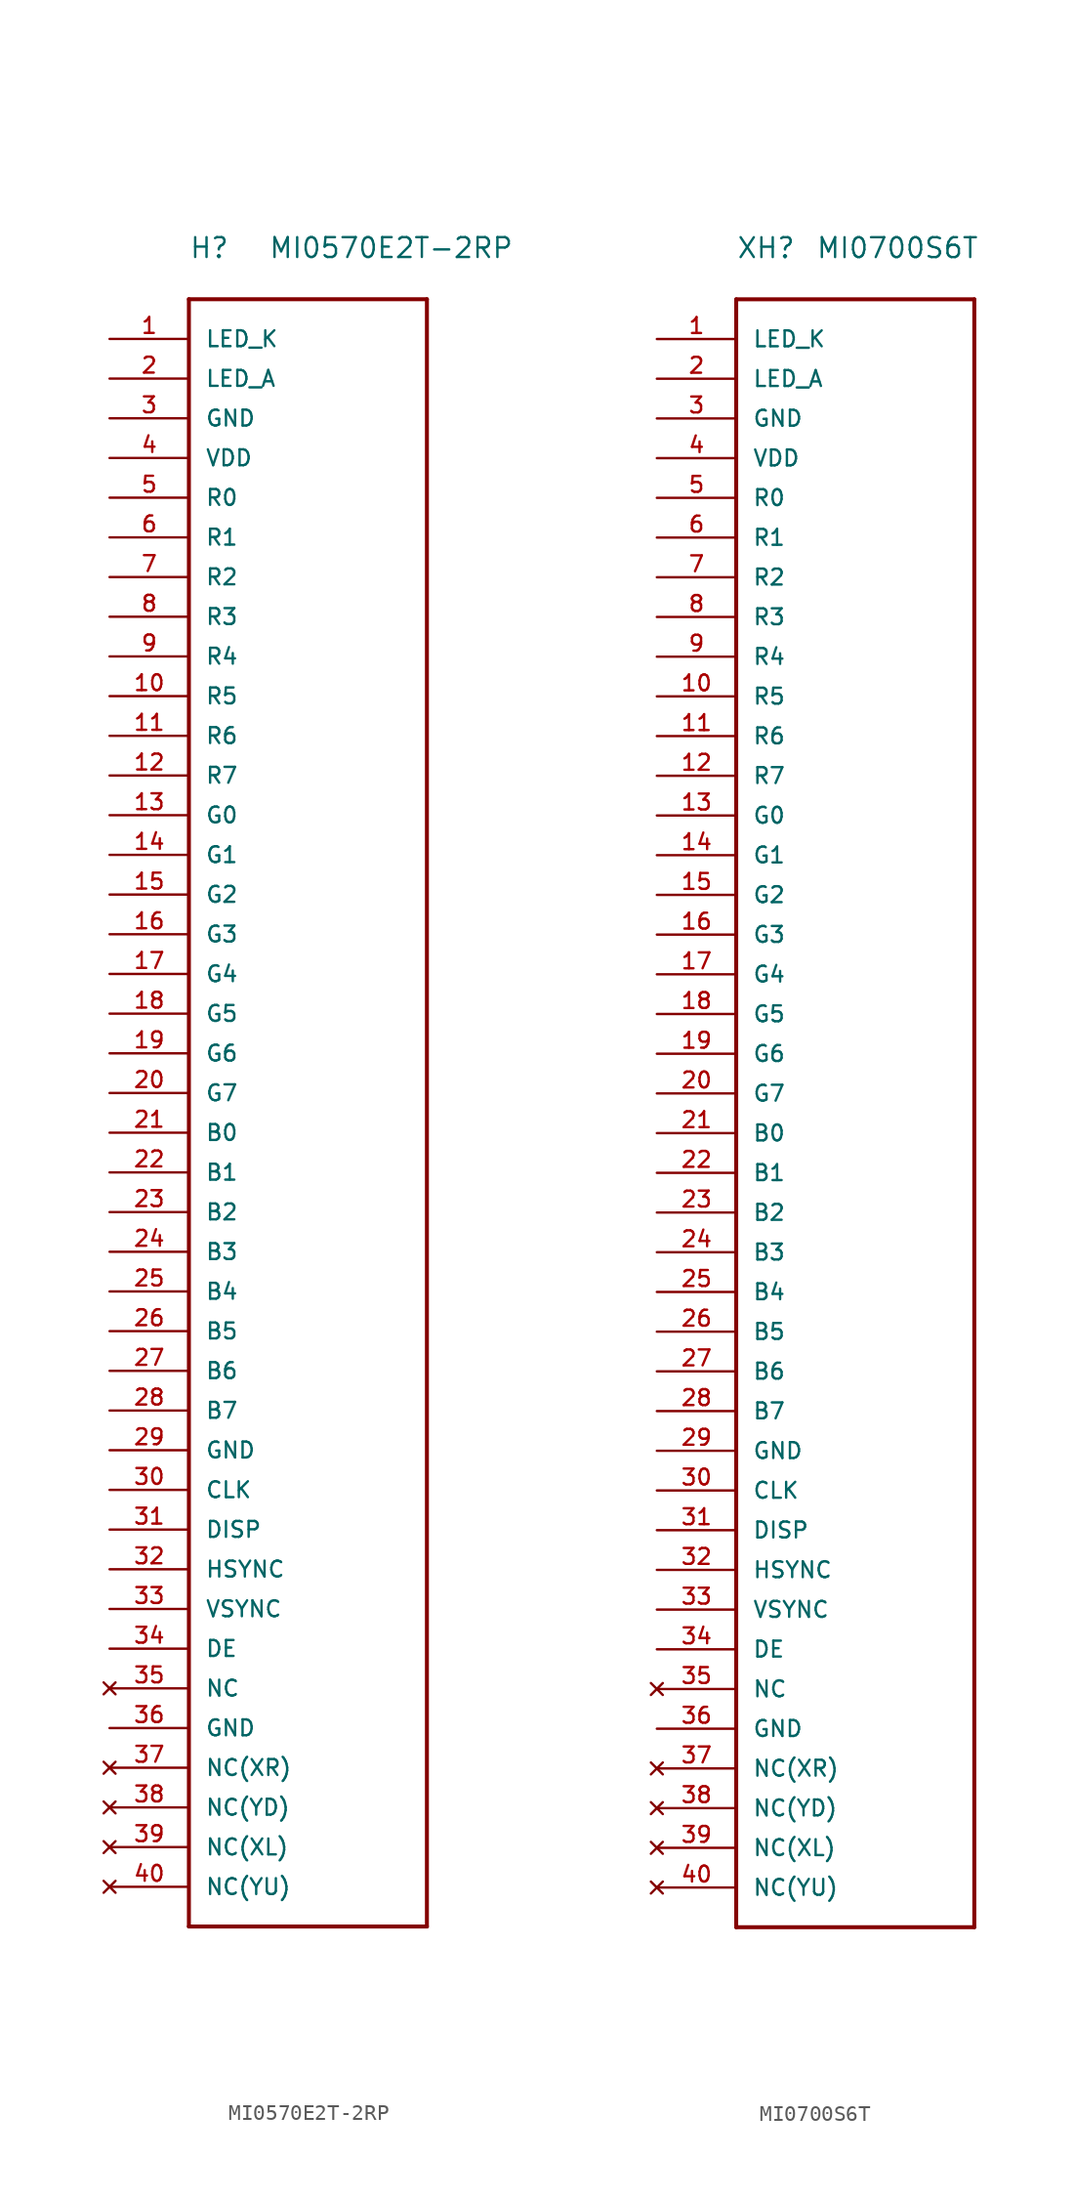
<source format=kicad_sym>
(kicad_symbol_lib
  (version 20220914)
  (generator kicad_symbol_editor)
  (symbol "MI0570E2T-2RP"
    (pin_names
      (offset 1.016))
    (property "Reference" "H"
      (at 0 2.54 0)
      (effects (font (size 1.27 1.27)) (justify left bottom)))
    (property "Value" "MI0570E2T-2RP"
      (at 5.08 2.54 0)
      (effects (font (size 1.27 1.27)) (justify left bottom)))
    (symbol "MI0570E2T-2RP_1_0"
      (polyline (pts (xy 0 -104.14) (xy 0 0)) (stroke (width 0.254) (type solid)) (fill (type none)))
      (polyline (pts (xy 0 0) (xy 15.24 0)) (stroke (width 0.254) (type solid)) (fill (type none)))
      (polyline (pts (xy 15.24 -104.14) (xy 0 -104.14)) (stroke (width 0.254) (type solid)) (fill (type none)))
      (polyline (pts (xy 15.24 0) (xy 15.24 -104.14)) (stroke (width 0.254) (type solid)) (fill (type none)))
      (pin power_in line (at -5.08 -2.54 0) (length 5.08) (name "LED_K" (effects (font (size 1.016 1.016)))) (number "1" (effects (font (size 1.016 1.016)))))
      (pin input line (at -5.08 -25.4 0) (length 5.08) (name "R5" (effects (font (size 1.016 1.016)))) (number "10" (effects (font (size 1.016 1.016)))))
      (pin input line (at -5.08 -27.94 0) (length 5.08) (name "R6" (effects (font (size 1.016 1.016)))) (number "11" (effects (font (size 1.016 1.016)))))
      (pin input line (at -5.08 -30.48 0) (length 5.08) (name "R7" (effects (font (size 1.016 1.016)))) (number "12" (effects (font (size 1.016 1.016)))))
      (pin input line (at -5.08 -33.02 0) (length 5.08) (name "G0" (effects (font (size 1.016 1.016)))) (number "13" (effects (font (size 1.016 1.016)))))
      (pin input line (at -5.08 -35.56 0) (length 5.08) (name "G1" (effects (font (size 1.016 1.016)))) (number "14" (effects (font (size 1.016 1.016)))))
      (pin input line (at -5.08 -38.1 0) (length 5.08) (name "G2" (effects (font (size 1.016 1.016)))) (number "15" (effects (font (size 1.016 1.016)))))
      (pin input line (at -5.08 -40.64 0) (length 5.08) (name "G3" (effects (font (size 1.016 1.016)))) (number "16" (effects (font (size 1.016 1.016)))))
      (pin input line (at -5.08 -43.18 0) (length 5.08) (name "G4" (effects (font (size 1.016 1.016)))) (number "17" (effects (font (size 1.016 1.016)))))
      (pin input line (at -5.08 -45.72 0) (length 5.08) (name "G5" (effects (font (size 1.016 1.016)))) (number "18" (effects (font (size 1.016 1.016)))))
      (pin input line (at -5.08 -48.26 0) (length 5.08) (name "G6" (effects (font (size 1.016 1.016)))) (number "19" (effects (font (size 1.016 1.016)))))
      (pin power_in line (at -5.08 -5.08 0) (length 5.08) (name "LED_A" (effects (font (size 1.016 1.016)))) (number "2" (effects (font (size 1.016 1.016)))))
      (pin input line (at -5.08 -50.8 0) (length 5.08) (name "G7" (effects (font (size 1.016 1.016)))) (number "20" (effects (font (size 1.016 1.016)))))
      (pin input line (at -5.08 -53.34 0) (length 5.08) (name "B0" (effects (font (size 1.016 1.016)))) (number "21" (effects (font (size 1.016 1.016)))))
      (pin input line (at -5.08 -55.88 0) (length 5.08) (name "B1" (effects (font (size 1.016 1.016)))) (number "22" (effects (font (size 1.016 1.016)))))
      (pin input line (at -5.08 -58.42 0) (length 5.08) (name "B2" (effects (font (size 1.016 1.016)))) (number "23" (effects (font (size 1.016 1.016)))))
      (pin input line (at -5.08 -60.96 0) (length 5.08) (name "B3" (effects (font (size 1.016 1.016)))) (number "24" (effects (font (size 1.016 1.016)))))
      (pin input line (at -5.08 -63.5 0) (length 5.08) (name "B4" (effects (font (size 1.016 1.016)))) (number "25" (effects (font (size 1.016 1.016)))))
      (pin input line (at -5.08 -66.04 0) (length 5.08) (name "B5" (effects (font (size 1.016 1.016)))) (number "26" (effects (font (size 1.016 1.016)))))
      (pin input line (at -5.08 -68.58 0) (length 5.08) (name "B6" (effects (font (size 1.016 1.016)))) (number "27" (effects (font (size 1.016 1.016)))))
      (pin input line (at -5.08 -71.12 0) (length 5.08) (name "B7" (effects (font (size 1.016 1.016)))) (number "28" (effects (font (size 1.016 1.016)))))
      (pin power_in line (at -5.08 -73.66 0) (length 5.08) (name "GND" (effects (font (size 1.016 1.016)))) (number "29" (effects (font (size 1.016 1.016)))))
      (pin power_in line (at -5.08 -7.62 0) (length 5.08) (name "GND" (effects (font (size 1.016 1.016)))) (number "3" (effects (font (size 1.016 1.016)))))
      (pin input line (at -5.08 -76.2 0) (length 5.08) (name "CLK" (effects (font (size 1.016 1.016)))) (number "30" (effects (font (size 1.016 1.016)))))
      (pin input line (at -5.08 -78.74 0) (length 5.08) (name "DISP" (effects (font (size 1.016 1.016)))) (number "31" (effects (font (size 1.016 1.016)))))
      (pin input line (at -5.08 -81.28 0) (length 5.08) (name "HSYNC" (effects (font (size 1.016 1.016)))) (number "32" (effects (font (size 1.016 1.016)))))
      (pin power_in line (at -5.08 -10.16 0) (length 5.08) (name "VDD" (effects (font (size 1.016 1.016)))) (number "4" (effects (font (size 1.016 1.016)))))
      (pin input line (at -5.08 -12.7 0) (length 5.08) (name "R0" (effects (font (size 1.016 1.016)))) (number "5" (effects (font (size 1.016 1.016)))))
      (pin input line (at -5.08 -15.24 0) (length 5.08) (name "R1" (effects (font (size 1.016 1.016)))) (number "6" (effects (font (size 1.016 1.016)))))
      (pin input line (at -5.08 -17.78 0) (length 5.08) (name "R2" (effects (font (size 1.016 1.016)))) (number "7" (effects (font (size 1.016 1.016)))))
      (pin input line (at -5.08 -20.32 0) (length 5.08) (name "R3" (effects (font (size 1.016 1.016)))) (number "8" (effects (font (size 1.016 1.016)))))
      (pin input line (at -5.08 -22.86 0) (length 5.08) (name "R4" (effects (font (size 1.016 1.016)))) (number "9" (effects (font (size 1.016 1.016))))))
    (symbol "MI0570E2T-2RP_1_1"
      (pin input line (at -5.08 -83.82 0) (length 5.08) (name "VSYNC" (effects (font (size 1.016 1.016)))) (number "33" (effects (font (size 1.016 1.016)))))
      (pin input line (at -5.08 -86.36 0) (length 5.08) (name "DE" (effects (font (size 1.016 1.016)))) (number "34" (effects (font (size 1.016 1.016)))))
      (pin no_connect line (at -5.08 -88.9 0) (length 5.08) (name "NC" (effects (font (size 1.016 1.016)))) (number "35" (effects (font (size 1.016 1.016)))))
      (pin power_in line (at -5.08 -91.44 0) (length 5.08) (name "GND" (effects (font (size 1.016 1.016)))) (number "36" (effects (font (size 1.016 1.016)))))
      (pin no_connect line (at -5.08 -93.98 0) (length 5.08) (name "NC(XR)" (effects (font (size 1.016 1.016)))) (number "37" (effects (font (size 1.016 1.016)))))
      (pin no_connect line (at -5.08 -96.52 0) (length 5.08) (name "NC(YD)" (effects (font (size 1.016 1.016)))) (number "38" (effects (font (size 1.016 1.016)))))
      (pin no_connect line (at -5.08 -99.06 0) (length 5.08) (name "NC(XL)" (effects (font (size 1.016 1.016)))) (number "39" (effects (font (size 1.016 1.016)))))
      (pin no_connect line (at -5.08 -101.6 0) (length 5.08) (name "NC(YU)" (effects (font (size 1.016 1.016)))) (number "40" (effects (font (size 1.016 1.016)))))))
  (symbol "MI0700S6T"
    (pin_names
      (offset 1.016))
    (property "Reference" "XH"
      (at 0 2.54 0)
      (effects (font (size 1.27 1.27)) (justify left bottom)))
    (property "Value" "MI0700S6T"
      (at 5.08 2.54 0)
      (effects (font (size 1.27 1.27)) (justify left bottom)))
    (symbol "MI0700S6T_1_0"
      (polyline (pts (xy 0 -104.14) (xy 0 0)) (stroke (width 0.254) (type solid)) (fill (type none)))
      (polyline (pts (xy 0 0) (xy 15.24 0)) (stroke (width 0.254) (type solid)) (fill (type none)))
      (polyline (pts (xy 15.24 -104.14) (xy 0 -104.14)) (stroke (width 0.254) (type solid)) (fill (type none)))
      (polyline (pts (xy 15.24 0) (xy 15.24 -104.14)) (stroke (width 0.254) (type solid)) (fill (type none)))
      (pin power_in line (at -5.08 -2.54 0) (length 5.08) (name "LED_K" (effects (font (size 1.016 1.016)))) (number "1" (effects (font (size 1.016 1.016)))))
      (pin input line (at -5.08 -25.4 0) (length 5.08) (name "R5" (effects (font (size 1.016 1.016)))) (number "10" (effects (font (size 1.016 1.016)))))
      (pin input line (at -5.08 -27.94 0) (length 5.08) (name "R6" (effects (font (size 1.016 1.016)))) (number "11" (effects (font (size 1.016 1.016)))))
      (pin input line (at -5.08 -30.48 0) (length 5.08) (name "R7" (effects (font (size 1.016 1.016)))) (number "12" (effects (font (size 1.016 1.016)))))
      (pin input line (at -5.08 -33.02 0) (length 5.08) (name "G0" (effects (font (size 1.016 1.016)))) (number "13" (effects (font (size 1.016 1.016)))))
      (pin input line (at -5.08 -35.56 0) (length 5.08) (name "G1" (effects (font (size 1.016 1.016)))) (number "14" (effects (font (size 1.016 1.016)))))
      (pin input line (at -5.08 -38.1 0) (length 5.08) (name "G2" (effects (font (size 1.016 1.016)))) (number "15" (effects (font (size 1.016 1.016)))))
      (pin input line (at -5.08 -40.64 0) (length 5.08) (name "G3" (effects (font (size 1.016 1.016)))) (number "16" (effects (font (size 1.016 1.016)))))
      (pin input line (at -5.08 -43.18 0) (length 5.08) (name "G4" (effects (font (size 1.016 1.016)))) (number "17" (effects (font (size 1.016 1.016)))))
      (pin input line (at -5.08 -45.72 0) (length 5.08) (name "G5" (effects (font (size 1.016 1.016)))) (number "18" (effects (font (size 1.016 1.016)))))
      (pin input line (at -5.08 -48.26 0) (length 5.08) (name "G6" (effects (font (size 1.016 1.016)))) (number "19" (effects (font (size 1.016 1.016)))))
      (pin power_in line (at -5.08 -5.08 0) (length 5.08) (name "LED_A" (effects (font (size 1.016 1.016)))) (number "2" (effects (font (size 1.016 1.016)))))
      (pin input line (at -5.08 -50.8 0) (length 5.08) (name "G7" (effects (font (size 1.016 1.016)))) (number "20" (effects (font (size 1.016 1.016)))))
      (pin input line (at -5.08 -53.34 0) (length 5.08) (name "B0" (effects (font (size 1.016 1.016)))) (number "21" (effects (font (size 1.016 1.016)))))
      (pin input line (at -5.08 -55.88 0) (length 5.08) (name "B1" (effects (font (size 1.016 1.016)))) (number "22" (effects (font (size 1.016 1.016)))))
      (pin input line (at -5.08 -58.42 0) (length 5.08) (name "B2" (effects (font (size 1.016 1.016)))) (number "23" (effects (font (size 1.016 1.016)))))
      (pin input line (at -5.08 -60.96 0) (length 5.08) (name "B3" (effects (font (size 1.016 1.016)))) (number "24" (effects (font (size 1.016 1.016)))))
      (pin input line (at -5.08 -63.5 0) (length 5.08) (name "B4" (effects (font (size 1.016 1.016)))) (number "25" (effects (font (size 1.016 1.016)))))
      (pin input line (at -5.08 -66.04 0) (length 5.08) (name "B5" (effects (font (size 1.016 1.016)))) (number "26" (effects (font (size 1.016 1.016)))))
      (pin input line (at -5.08 -68.58 0) (length 5.08) (name "B6" (effects (font (size 1.016 1.016)))) (number "27" (effects (font (size 1.016 1.016)))))
      (pin input line (at -5.08 -71.12 0) (length 5.08) (name "B7" (effects (font (size 1.016 1.016)))) (number "28" (effects (font (size 1.016 1.016)))))
      (pin power_in line (at -5.08 -73.66 0) (length 5.08) (name "GND" (effects (font (size 1.016 1.016)))) (number "29" (effects (font (size 1.016 1.016)))))
      (pin power_in line (at -5.08 -7.62 0) (length 5.08) (name "GND" (effects (font (size 1.016 1.016)))) (number "3" (effects (font (size 1.016 1.016)))))
      (pin input line (at -5.08 -76.2 0) (length 5.08) (name "CLK" (effects (font (size 1.016 1.016)))) (number "30" (effects (font (size 1.016 1.016)))))
      (pin input line (at -5.08 -78.74 0) (length 5.08) (name "DISP" (effects (font (size 1.016 1.016)))) (number "31" (effects (font (size 1.016 1.016)))))
      (pin input line (at -5.08 -81.28 0) (length 5.08) (name "HSYNC" (effects (font (size 1.016 1.016)))) (number "32" (effects (font (size 1.016 1.016)))))
      (pin power_in line (at -5.08 -10.16 0) (length 5.08) (name "VDD" (effects (font (size 1.016 1.016)))) (number "4" (effects (font (size 1.016 1.016)))))
      (pin input line (at -5.08 -12.7 0) (length 5.08) (name "R0" (effects (font (size 1.016 1.016)))) (number "5" (effects (font (size 1.016 1.016)))))
      (pin input line (at -5.08 -15.24 0) (length 5.08) (name "R1" (effects (font (size 1.016 1.016)))) (number "6" (effects (font (size 1.016 1.016)))))
      (pin input line (at -5.08 -17.78 0) (length 5.08) (name "R2" (effects (font (size 1.016 1.016)))) (number "7" (effects (font (size 1.016 1.016)))))
      (pin input line (at -5.08 -20.32 0) (length 5.08) (name "R3" (effects (font (size 1.016 1.016)))) (number "8" (effects (font (size 1.016 1.016)))))
      (pin input line (at -5.08 -22.86 0) (length 5.08) (name "R4" (effects (font (size 1.016 1.016)))) (number "9" (effects (font (size 1.016 1.016))))))
    (symbol "MI0700S6T_1_1"
      (pin input line (at -5.08 -83.82 0) (length 5.08) (name "VSYNC" (effects (font (size 1.016 1.016)))) (number "33" (effects (font (size 1.016 1.016)))))
      (pin input line (at -5.08 -86.36 0) (length 5.08) (name "DE" (effects (font (size 1.016 1.016)))) (number "34" (effects (font (size 1.016 1.016)))))
      (pin no_connect line (at -5.08 -88.9 0) (length 5.08) (name "NC" (effects (font (size 1.016 1.016)))) (number "35" (effects (font (size 1.016 1.016)))))
      (pin power_in line (at -5.08 -91.44 0) (length 5.08) (name "GND" (effects (font (size 1.016 1.016)))) (number "36" (effects (font (size 1.016 1.016)))))
      (pin no_connect line (at -5.08 -93.98 0) (length 5.08) (name "NC(XR)" (effects (font (size 1.016 1.016)))) (number "37" (effects (font (size 1.016 1.016)))))
      (pin no_connect line (at -5.08 -96.52 0) (length 5.08) (name "NC(YD)" (effects (font (size 1.016 1.016)))) (number "38" (effects (font (size 1.016 1.016)))))
      (pin no_connect line (at -5.08 -99.06 0) (length 5.08) (name "NC(XL)" (effects (font (size 1.016 1.016)))) (number "39" (effects (font (size 1.016 1.016)))))
      (pin no_connect line (at -5.08 -101.6 0) (length 5.08) (name "NC(YU)" (effects (font (size 1.016 1.016)))) (number "40" (effects (font (size 1.016 1.016))))))))
</source>
